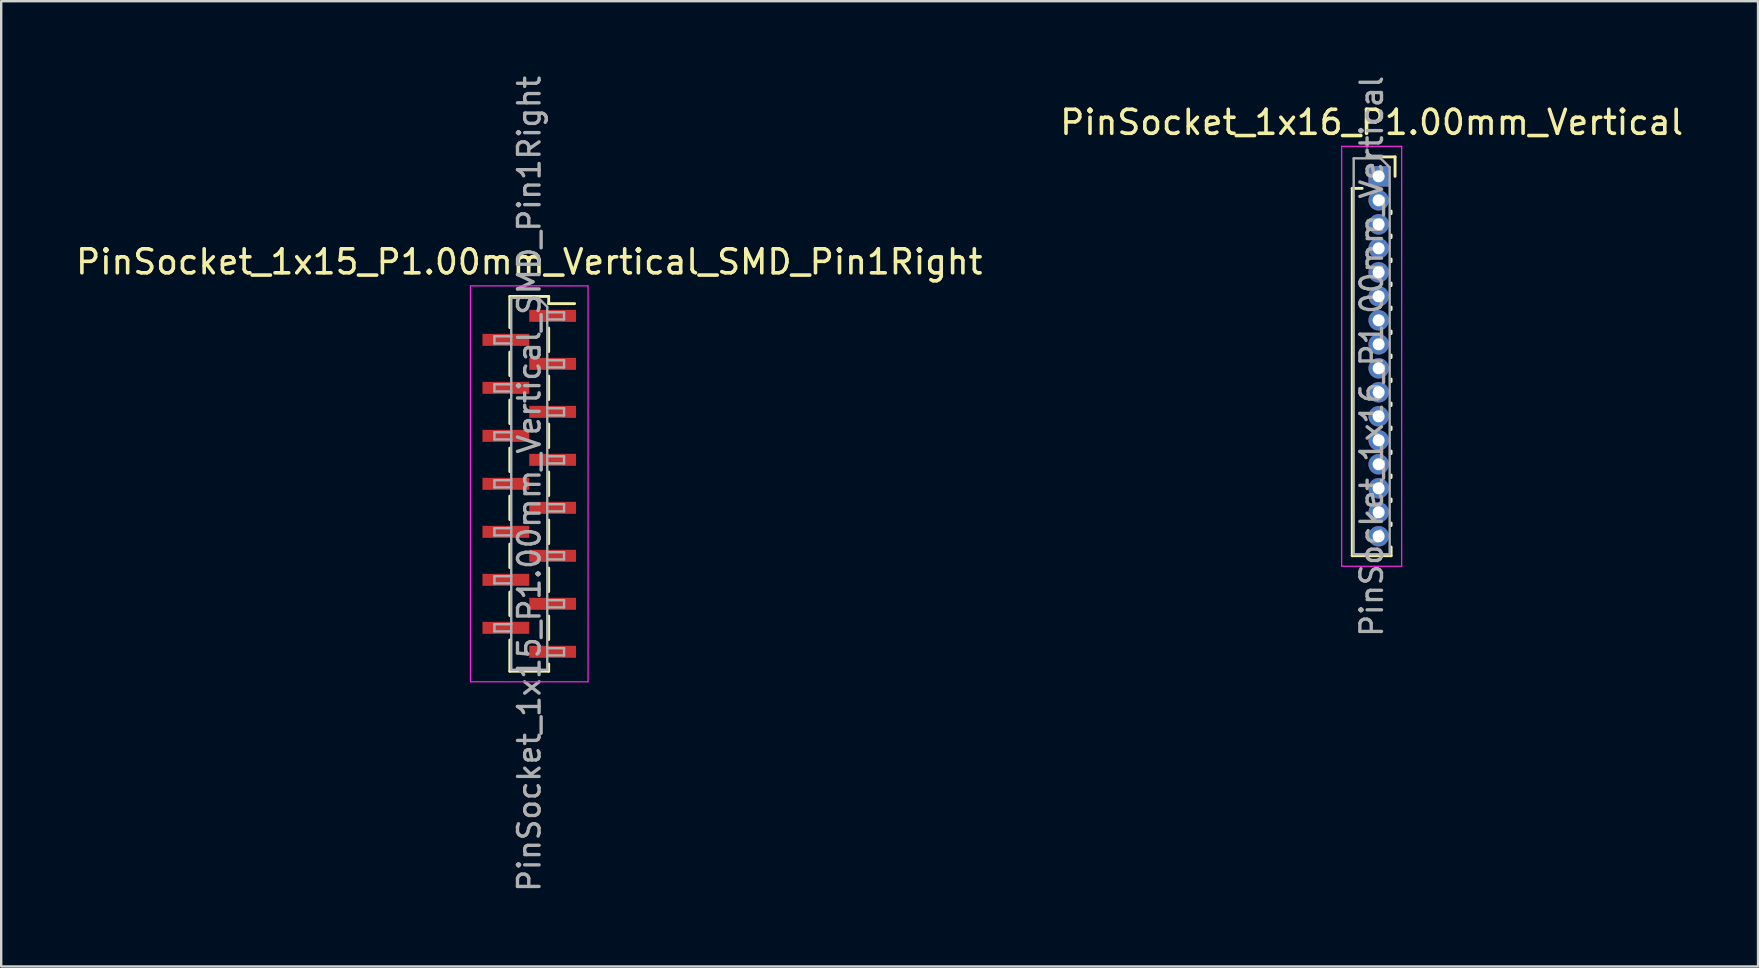
<source format=kicad_pcb>
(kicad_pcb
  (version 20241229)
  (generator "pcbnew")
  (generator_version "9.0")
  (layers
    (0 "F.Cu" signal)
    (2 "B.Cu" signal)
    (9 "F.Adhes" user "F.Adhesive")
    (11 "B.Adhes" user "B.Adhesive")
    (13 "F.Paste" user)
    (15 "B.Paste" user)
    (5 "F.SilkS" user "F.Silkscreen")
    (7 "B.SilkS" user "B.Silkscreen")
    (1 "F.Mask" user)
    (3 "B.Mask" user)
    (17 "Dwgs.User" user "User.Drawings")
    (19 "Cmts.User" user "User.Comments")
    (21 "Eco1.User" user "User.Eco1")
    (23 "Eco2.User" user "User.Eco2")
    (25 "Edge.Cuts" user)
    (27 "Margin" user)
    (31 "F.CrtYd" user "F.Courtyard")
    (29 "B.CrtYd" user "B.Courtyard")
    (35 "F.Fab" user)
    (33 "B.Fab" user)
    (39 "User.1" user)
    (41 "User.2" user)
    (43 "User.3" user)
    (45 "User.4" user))
  (footprint "PinSocket_1x16_P1.00mm_Vertical"
    (layer "F.Cu")
    (at 54.403 4.299)
    (property "Reference" "PinSocket_1x16_P1.00mm_Vertical" (at -0.29 -2.25 0) (layer "F.SilkS") (effects (font (size 1 1) (thickness 0.15))))
    (attr through_hole)
    (fp_line (start -1.1 0.5) (end -1.1 15.81) (stroke (width 0.12) (type solid)) (layer "F.SilkS"))
    (fp_line (start -1.1 0.5) (end -0.685 0.5) (stroke (width 0.12) (type solid)) (layer "F.SilkS"))
    (fp_line (start -1.1 15.81) (end 0.52 15.81) (stroke (width 0.12) (type solid)) (layer "F.SilkS"))
    (fp_line (start 0 -0.81) (end 0.685 -0.81) (stroke (width 0.12) (type solid)) (layer "F.SilkS"))
    (fp_line (start 0.52 1.446) (end 0.52 1.554) (stroke (width 0.12) (type solid)) (layer "F.SilkS"))
    (fp_line (start 0.52 2.446) (end 0.52 2.554) (stroke (width 0.12) (type solid)) (layer "F.SilkS"))
    (fp_line (start 0.52 3.446) (end 0.52 3.554) (stroke (width 0.12) (type solid)) (layer "F.SilkS"))
    (fp_line (start 0.52 4.446) (end 0.52 4.554) (stroke (width 0.12) (type solid)) (layer "F.SilkS"))
    (fp_line (start 0.52 5.446) (end 0.52 5.554) (stroke (width 0.12) (type solid)) (layer "F.SilkS"))
    (fp_line (start 0.52 6.446) (end 0.52 6.554) (stroke (width 0.12) (type solid)) (layer "F.SilkS"))
    (fp_line (start 0.52 7.446) (end 0.52 7.554) (stroke (width 0.12) (type solid)) (layer "F.SilkS"))
    (fp_line (start 0.52 8.446) (end 0.52 8.554) (stroke (width 0.12) (type solid)) (layer "F.SilkS"))
    (fp_line (start 0.52 9.446) (end 0.52 9.554) (stroke (width 0.12) (type solid)) (layer "F.SilkS"))
    (fp_line (start 0.52 10.446) (end 0.52 10.554) (stroke (width 0.12) (type solid)) (layer "F.SilkS"))
    (fp_line (start 0.52 11.446) (end 0.52 11.554) (stroke (width 0.12) (type solid)) (layer "F.SilkS"))
    (fp_line (start 0.52 12.446) (end 0.52 12.554) (stroke (width 0.12) (type solid)) (layer "F.SilkS"))
    (fp_line (start 0.52 13.446) (end 0.52 13.554) (stroke (width 0.12) (type solid)) (layer "F.SilkS"))
    (fp_line (start 0.52 14.446) (end 0.52 14.554) (stroke (width 0.12) (type solid)) (layer "F.SilkS"))
    (fp_line (start 0.52 15.446) (end 0.52 15.81) (stroke (width 0.12) (type solid)) (layer "F.SilkS"))
    (fp_line (start 0.685 -0.81) (end 0.685 0) (stroke (width 0.12) (type solid)) (layer "F.SilkS"))
    (fp_line (start -1.54 -1.25) (end 0.96 -1.25) (stroke (width 0.05) (type solid)) (layer "F.CrtYd"))
    (fp_line (start -1.54 16.25) (end -1.54 -1.25) (stroke (width 0.05) (type solid)) (layer "F.CrtYd"))
    (fp_line (start 0.96 -1.25) (end 0.96 16.25) (stroke (width 0.05) (type solid)) (layer "F.CrtYd"))
    (fp_line (start 0.96 16.25) (end -1.54 16.25) (stroke (width 0.05) (type solid)) (layer "F.CrtYd"))
    (fp_line (start -1.04 -0.75) (end 0.085 -0.75) (stroke (width 0.1) (type solid)) (layer "F.Fab"))
    (fp_line (start -1.04 15.75) (end -1.04 -0.75) (stroke (width 0.1) (type solid)) (layer "F.Fab"))
    (fp_line (start 0.085 -0.75) (end 0.46 -0.375) (stroke (width 0.1) (type solid)) (layer "F.Fab"))
    (fp_line (start 0.46 -0.375) (end 0.46 15.75) (stroke (width 0.1) (type solid)) (layer "F.Fab"))
    (fp_line (start 0.46 15.75) (end -1.04 15.75) (stroke (width 0.1) (type solid)) (layer "F.Fab"))
    (fp_text user "${REFERENCE}" (at -0.29 7.5 90) (layer "F.Fab") (effects (font (size 0.9 0.9) (thickness 0.14))))
    (pad "1" thru_hole rect (at 0 0) (size 0.85 0.85) (drill 0.5) (layers "*.Cu" "*.Mask"))
    (pad "2" thru_hole circle (at 0 1) (size 0.85 0.85) (drill 0.5) (layers "*.Cu" "*.Mask"))
    (pad "3" thru_hole circle (at 0 2) (size 0.85 0.85) (drill 0.5) (layers "*.Cu" "*.Mask"))
    (pad "4" thru_hole circle (at 0 3) (size 0.85 0.85) (drill 0.5) (layers "*.Cu" "*.Mask"))
    (pad "5" thru_hole circle (at 0 4) (size 0.85 0.85) (drill 0.5) (layers "*.Cu" "*.Mask"))
    (pad "6" thru_hole circle (at 0 5) (size 0.85 0.85) (drill 0.5) (layers "*.Cu" "*.Mask"))
    (pad "7" thru_hole circle (at 0 6) (size 0.85 0.85) (drill 0.5) (layers "*.Cu" "*.Mask"))
    (pad "8" thru_hole circle (at 0 7) (size 0.85 0.85) (drill 0.5) (layers "*.Cu" "*.Mask"))
    (pad "9" thru_hole circle (at 0 8) (size 0.85 0.85) (drill 0.5) (layers "*.Cu" "*.Mask"))
    (pad "10" thru_hole circle (at 0 9) (size 0.85 0.85) (drill 0.5) (layers "*.Cu" "*.Mask"))
    (pad "11" thru_hole circle (at 0 10) (size 0.85 0.85) (drill 0.5) (layers "*.Cu" "*.Mask"))
    (pad "12" thru_hole circle (at 0 11) (size 0.85 0.85) (drill 0.5) (layers "*.Cu" "*.Mask"))
    (pad "13" thru_hole circle (at 0 12) (size 0.85 0.85) (drill 0.5) (layers "*.Cu" "*.Mask"))
    (pad "14" thru_hole circle (at 0 13) (size 0.85 0.85) (drill 0.5) (layers "*.Cu" "*.Mask"))
    (pad "15" thru_hole circle (at 0 14) (size 0.85 0.85) (drill 0.5) (layers "*.Cu" "*.Mask"))
    (pad "16" thru_hole circle (at 0 15) (size 0.85 0.85) (drill 0.5) (layers "*.Cu" "*.Mask")))
  (footprint "PinSocket_1x15_P1.00mm_Vertical_SMD_Pin1Right"
    (layer "F.Cu")
    (at 19.006 17.113)
    (property "Reference" "PinSocket_1x15_P1.00mm_Vertical_SMD_Pin1Right" (at 0 -9.25 0) (layer "F.SilkS") (effects (font (size 1 1) (thickness 0.15))))
    (attr smd)
    (fp_line (start -0.81 -7.81) (end -0.81 -6.51) (stroke (width 0.12) (type solid)) (layer "F.SilkS"))
    (fp_line (start -0.81 -7.81) (end 0.81 -7.81) (stroke (width 0.12) (type solid)) (layer "F.SilkS"))
    (fp_line (start -0.81 -5.49) (end -0.81 -4.51) (stroke (width 0.12) (type solid)) (layer "F.SilkS"))
    (fp_line (start -0.81 -3.49) (end -0.81 -2.51) (stroke (width 0.12) (type solid)) (layer "F.SilkS"))
    (fp_line (start -0.81 -1.49) (end -0.81 -0.51) (stroke (width 0.12) (type solid)) (layer "F.SilkS"))
    (fp_line (start -0.81 0.51) (end -0.81 1.49) (stroke (width 0.12) (type solid)) (layer "F.SilkS"))
    (fp_line (start -0.81 2.51) (end -0.81 3.49) (stroke (width 0.12) (type solid)) (layer "F.SilkS"))
    (fp_line (start -0.81 4.51) (end -0.81 5.49) (stroke (width 0.12) (type solid)) (layer "F.SilkS"))
    (fp_line (start -0.81 6.51) (end -0.81 7.81) (stroke (width 0.12) (type solid)) (layer "F.SilkS"))
    (fp_line (start -0.81 7.81) (end 0.81 7.81) (stroke (width 0.12) (type solid)) (layer "F.SilkS"))
    (fp_line (start 0.81 -7.81) (end 0.81 -7.51) (stroke (width 0.12) (type solid)) (layer "F.SilkS"))
    (fp_line (start 0.81 -7.51) (end 1.89 -7.51) (stroke (width 0.12) (type solid)) (layer "F.SilkS"))
    (fp_line (start 0.81 -6.49) (end 0.81 -5.51) (stroke (width 0.12) (type solid)) (layer "F.SilkS"))
    (fp_line (start 0.81 -4.49) (end 0.81 -3.51) (stroke (width 0.12) (type solid)) (layer "F.SilkS"))
    (fp_line (start 0.81 -2.49) (end 0.81 -1.51) (stroke (width 0.12) (type solid)) (layer "F.SilkS"))
    (fp_line (start 0.81 -0.49) (end 0.81 0.49) (stroke (width 0.12) (type solid)) (layer "F.SilkS"))
    (fp_line (start 0.81 1.51) (end 0.81 2.49) (stroke (width 0.12) (type solid)) (layer "F.SilkS"))
    (fp_line (start 0.81 3.51) (end 0.81 4.49) (stroke (width 0.12) (type solid)) (layer "F.SilkS"))
    (fp_line (start 0.81 5.51) (end 0.81 6.49) (stroke (width 0.12) (type solid)) (layer "F.SilkS"))
    (fp_line (start 0.81 7.51) (end 0.81 7.81) (stroke (width 0.12) (type solid)) (layer "F.SilkS"))
    (fp_line (start -2.45 -8.25) (end 2.45 -8.25) (stroke (width 0.05) (type solid)) (layer "F.CrtYd"))
    (fp_line (start -2.45 8.25) (end -2.45 -8.25) (stroke (width 0.05) (type solid)) (layer "F.CrtYd"))
    (fp_line (start 2.45 -8.25) (end 2.45 8.25) (stroke (width 0.05) (type solid)) (layer "F.CrtYd"))
    (fp_line (start 2.45 8.25) (end -2.45 8.25) (stroke (width 0.05) (type solid)) (layer "F.CrtYd"))
    (fp_line (start -1.45 -6.15) (end -0.75 -6.15) (stroke (width 0.1) (type solid)) (layer "F.Fab"))
    (fp_line (start -1.45 -5.85) (end -1.45 -6.15) (stroke (width 0.1) (type solid)) (layer "F.Fab"))
    (fp_line (start -1.45 -4.15) (end -0.75 -4.15) (stroke (width 0.1) (type solid)) (layer "F.Fab"))
    (fp_line (start -1.45 -3.85) (end -1.45 -4.15) (stroke (width 0.1) (type solid)) (layer "F.Fab"))
    (fp_line (start -1.45 -2.15) (end -0.75 -2.15) (stroke (width 0.1) (type solid)) (layer "F.Fab"))
    (fp_line (start -1.45 -1.85) (end -1.45 -2.15) (stroke (width 0.1) (type solid)) (layer "F.Fab"))
    (fp_line (start -1.45 -0.15) (end -0.75 -0.15) (stroke (width 0.1) (type solid)) (layer "F.Fab"))
    (fp_line (start -1.45 0.15) (end -1.45 -0.15) (stroke (width 0.1) (type solid)) (layer "F.Fab"))
    (fp_line (start -1.45 1.85) (end -0.75 1.85) (stroke (width 0.1) (type solid)) (layer "F.Fab"))
    (fp_line (start -1.45 2.15) (end -1.45 1.85) (stroke (width 0.1) (type solid)) (layer "F.Fab"))
    (fp_line (start -1.45 3.85) (end -0.75 3.85) (stroke (width 0.1) (type solid)) (layer "F.Fab"))
    (fp_line (start -1.45 4.15) (end -1.45 3.85) (stroke (width 0.1) (type solid)) (layer "F.Fab"))
    (fp_line (start -1.45 5.85) (end -0.75 5.85) (stroke (width 0.1) (type solid)) (layer "F.Fab"))
    (fp_line (start -1.45 6.15) (end -1.45 5.85) (stroke (width 0.1) (type solid)) (layer "F.Fab"))
    (fp_line (start -0.75 -7.75) (end 0.375 -7.75) (stroke (width 0.1) (type solid)) (layer "F.Fab"))
    (fp_line (start -0.75 -5.85) (end -1.45 -5.85) (stroke (width 0.1) (type solid)) (layer "F.Fab"))
    (fp_line (start -0.75 -3.85) (end -1.45 -3.85) (stroke (width 0.1) (type solid)) (layer "F.Fab"))
    (fp_line (start -0.75 -1.85) (end -1.45 -1.85) (stroke (width 0.1) (type solid)) (layer "F.Fab"))
    (fp_line (start -0.75 0.15) (end -1.45 0.15) (stroke (width 0.1) (type solid)) (layer "F.Fab"))
    (fp_line (start -0.75 2.15) (end -1.45 2.15) (stroke (width 0.1) (type solid)) (layer "F.Fab"))
    (fp_line (start -0.75 4.15) (end -1.45 4.15) (stroke (width 0.1) (type solid)) (layer "F.Fab"))
    (fp_line (start -0.75 6.15) (end -1.45 6.15) (stroke (width 0.1) (type solid)) (layer "F.Fab"))
    (fp_line (start -0.75 7.75) (end -0.75 -7.75) (stroke (width 0.1) (type solid)) (layer "F.Fab"))
    (fp_line (start 0.375 -7.75) (end 0.75 -7.375) (stroke (width 0.1) (type solid)) (layer "F.Fab"))
    (fp_line (start 0.75 -7.375) (end 0.75 7.75) (stroke (width 0.1) (type solid)) (layer "F.Fab"))
    (fp_line (start 0.75 -7.15) (end 1.45 -7.15) (stroke (width 0.1) (type solid)) (layer "F.Fab"))
    (fp_line (start 0.75 -5.15) (end 1.45 -5.15) (stroke (width 0.1) (type solid)) (layer "F.Fab"))
    (fp_line (start 0.75 -3.15) (end 1.45 -3.15) (stroke (width 0.1) (type solid)) (layer "F.Fab"))
    (fp_line (start 0.75 -1.15) (end 1.45 -1.15) (stroke (width 0.1) (type solid)) (layer "F.Fab"))
    (fp_line (start 0.75 0.85) (end 1.45 0.85) (stroke (width 0.1) (type solid)) (layer "F.Fab"))
    (fp_line (start 0.75 2.85) (end 1.45 2.85) (stroke (width 0.1) (type solid)) (layer "F.Fab"))
    (fp_line (start 0.75 4.85) (end 1.45 4.85) (stroke (width 0.1) (type solid)) (layer "F.Fab"))
    (fp_line (start 0.75 6.85) (end 1.45 6.85) (stroke (width 0.1) (type solid)) (layer "F.Fab"))
    (fp_line (start 0.75 7.75) (end -0.75 7.75) (stroke (width 0.1) (type solid)) (layer "F.Fab"))
    (fp_line (start 1.45 -7.15) (end 1.45 -6.85) (stroke (width 0.1) (type solid)) (layer "F.Fab"))
    (fp_line (start 1.45 -6.85) (end 0.75 -6.85) (stroke (width 0.1) (type solid)) (layer "F.Fab"))
    (fp_line (start 1.45 -5.15) (end 1.45 -4.85) (stroke (width 0.1) (type solid)) (layer "F.Fab"))
    (fp_line (start 1.45 -4.85) (end 0.75 -4.85) (stroke (width 0.1) (type solid)) (layer "F.Fab"))
    (fp_line (start 1.45 -3.15) (end 1.45 -2.85) (stroke (width 0.1) (type solid)) (layer "F.Fab"))
    (fp_line (start 1.45 -2.85) (end 0.75 -2.85) (stroke (width 0.1) (type solid)) (layer "F.Fab"))
    (fp_line (start 1.45 -1.15) (end 1.45 -0.85) (stroke (width 0.1) (type solid)) (layer "F.Fab"))
    (fp_line (start 1.45 -0.85) (end 0.75 -0.85) (stroke (width 0.1) (type solid)) (layer "F.Fab"))
    (fp_line (start 1.45 0.85) (end 1.45 1.15) (stroke (width 0.1) (type solid)) (layer "F.Fab"))
    (fp_line (start 1.45 1.15) (end 0.75 1.15) (stroke (width 0.1) (type solid)) (layer "F.Fab"))
    (fp_line (start 1.45 2.85) (end 1.45 3.15) (stroke (width 0.1) (type solid)) (layer "F.Fab"))
    (fp_line (start 1.45 3.15) (end 0.75 3.15) (stroke (width 0.1) (type solid)) (layer "F.Fab"))
    (fp_line (start 1.45 4.85) (end 1.45 5.15) (stroke (width 0.1) (type solid)) (layer "F.Fab"))
    (fp_line (start 1.45 5.15) (end 0.75 5.15) (stroke (width 0.1) (type solid)) (layer "F.Fab"))
    (fp_line (start 1.45 6.85) (end 1.45 7.15) (stroke (width 0.1) (type solid)) (layer "F.Fab"))
    (fp_line (start 1.45 7.15) (end 0.75 7.15) (stroke (width 0.1) (type solid)) (layer "F.Fab"))
    (fp_text user "${REFERENCE}" (at 0 0 90) (layer "F.Fab") (effects (font (size 0.9 0.9) (thickness 0.14))))
    (pad "1" smd rect (at 0.975 -7) (size 1.95 0.5) (layers "F.Cu" "F.Mask" "F.Paste"))
    (pad "2" smd rect (at -0.975 -6) (size 1.95 0.5) (layers "F.Cu" "F.Mask" "F.Paste"))
    (pad "3" smd rect (at 0.975 -5) (size 1.95 0.5) (layers "F.Cu" "F.Mask" "F.Paste"))
    (pad "4" smd rect (at -0.975 -4) (size 1.95 0.5) (layers "F.Cu" "F.Mask" "F.Paste"))
    (pad "5" smd rect (at 0.975 -3) (size 1.95 0.5) (layers "F.Cu" "F.Mask" "F.Paste"))
    (pad "6" smd rect (at -0.975 -2) (size 1.95 0.5) (layers "F.Cu" "F.Mask" "F.Paste"))
    (pad "7" smd rect (at 0.975 -1) (size 1.95 0.5) (layers "F.Cu" "F.Mask" "F.Paste"))
    (pad "8" smd rect (at -0.975 0) (size 1.95 0.5) (layers "F.Cu" "F.Mask" "F.Paste"))
    (pad "9" smd rect (at 0.975 1) (size 1.95 0.5) (layers "F.Cu" "F.Mask" "F.Paste"))
    (pad "10" smd rect (at -0.975 2) (size 1.95 0.5) (layers "F.Cu" "F.Mask" "F.Paste"))
    (pad "11" smd rect (at 0.975 3) (size 1.95 0.5) (layers "F.Cu" "F.Mask" "F.Paste"))
    (pad "12" smd rect (at -0.975 4) (size 1.95 0.5) (layers "F.Cu" "F.Mask" "F.Paste"))
    (pad "13" smd rect (at 0.975 5) (size 1.95 0.5) (layers "F.Cu" "F.Mask" "F.Paste"))
    (pad "14" smd rect (at -0.975 6) (size 1.95 0.5) (layers "F.Cu" "F.Mask" "F.Paste"))
    (pad "15" smd rect (at 0.975 7) (size 1.95 0.5) (layers "F.Cu" "F.Mask" "F.Paste")))
  (gr_rect
    (start -3 -3)
    (end 70.214 37.226)
    (stroke (width 0.1) (type default))
    (fill no)
    (layer "Edge.Cuts")))
</source>
